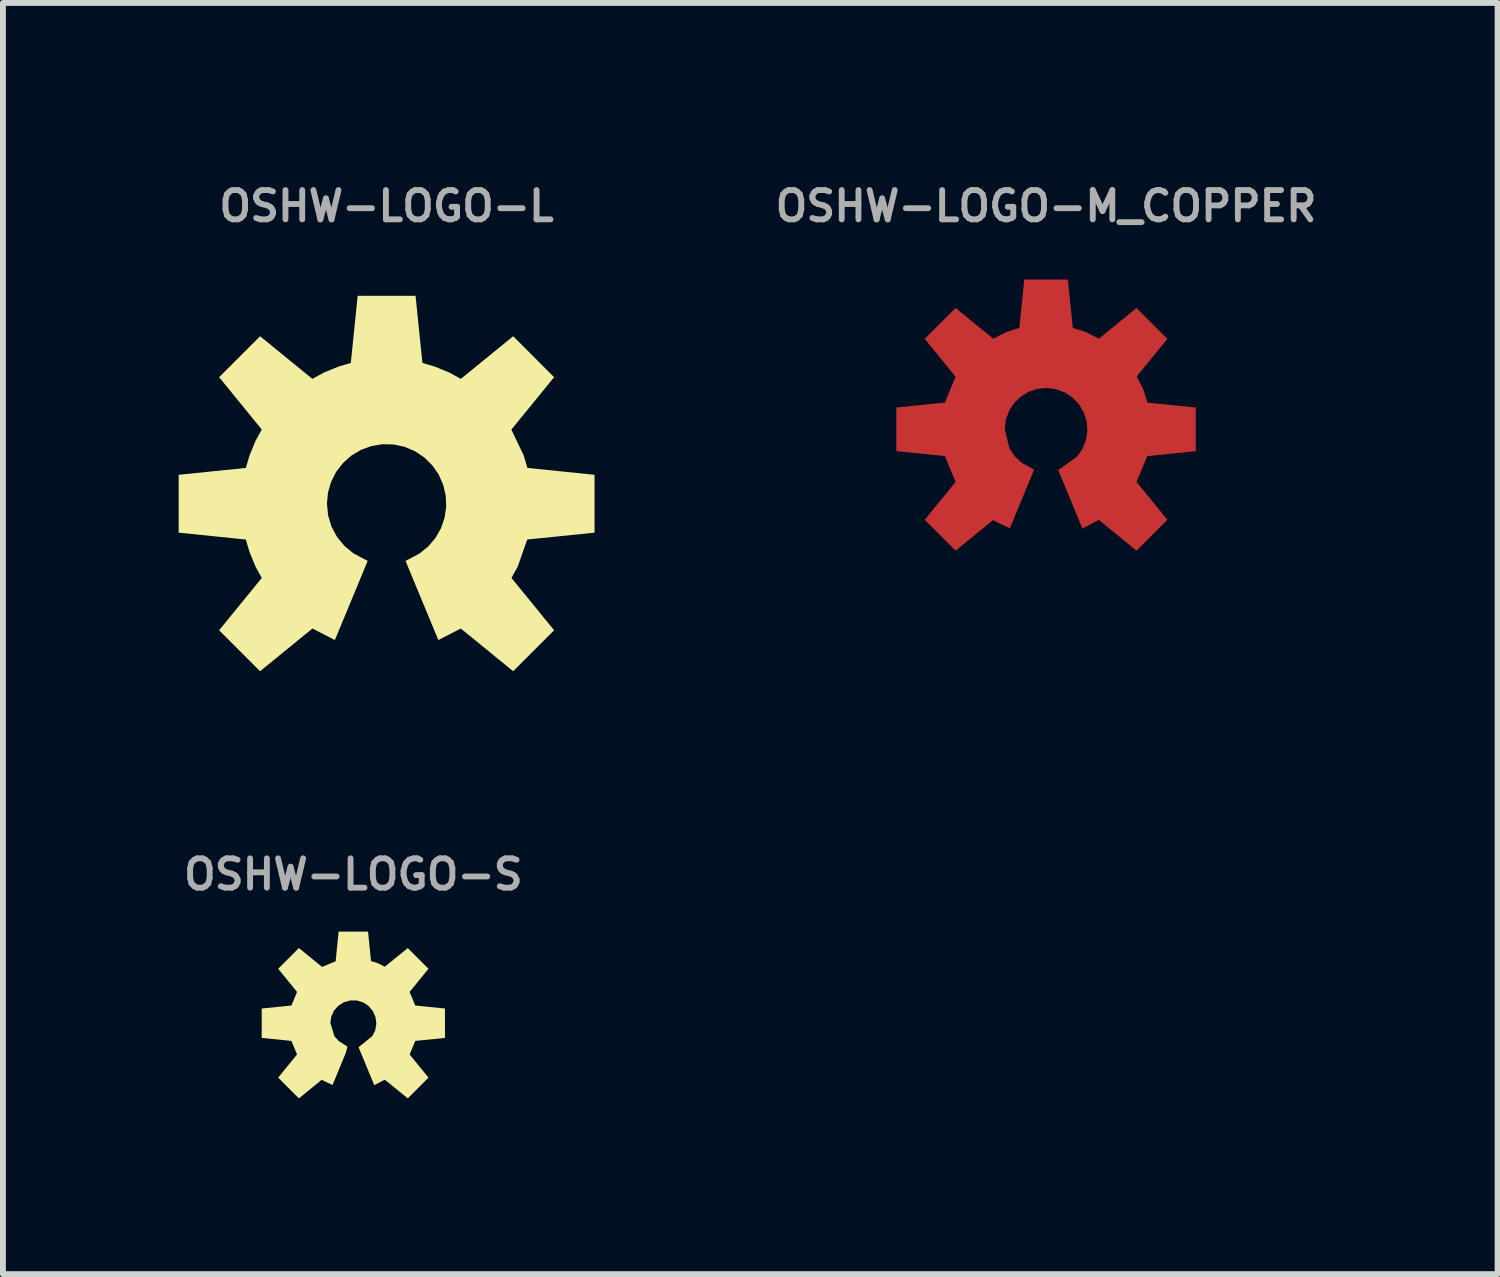
<source format=kicad_pcb>
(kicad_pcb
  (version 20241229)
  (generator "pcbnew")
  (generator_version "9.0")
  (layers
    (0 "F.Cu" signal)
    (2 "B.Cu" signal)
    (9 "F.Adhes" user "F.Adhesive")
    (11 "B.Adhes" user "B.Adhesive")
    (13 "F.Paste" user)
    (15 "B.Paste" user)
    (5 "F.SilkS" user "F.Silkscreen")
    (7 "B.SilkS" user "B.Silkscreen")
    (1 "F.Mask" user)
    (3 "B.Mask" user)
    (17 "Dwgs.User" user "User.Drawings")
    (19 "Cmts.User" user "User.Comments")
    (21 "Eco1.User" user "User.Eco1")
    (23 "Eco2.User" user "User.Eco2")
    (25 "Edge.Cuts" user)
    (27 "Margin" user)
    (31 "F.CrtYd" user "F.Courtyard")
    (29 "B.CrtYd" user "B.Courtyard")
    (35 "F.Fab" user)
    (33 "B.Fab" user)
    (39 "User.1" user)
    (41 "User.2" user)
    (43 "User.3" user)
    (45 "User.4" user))
  (footprint "OSHW-LOGO-M_COPPER"
    (layer "F.Cu")
    (at 14.805 4.278)
    (property "Reference" "OSHW-LOGO-M_COPPER" (at 0 -3.81 0) (layer "F.Fab") (effects (font (size 0.5 0.5) (thickness 0.1))))
    (fp_poly (pts (xy 0.456 -1.731) (xy 0.687 -1.657) (xy 0.901 -1.547) (xy 1.544 -2.071) (xy 2.071 -1.544) (xy 1.547 -0.901) (xy 1.657 -0.687) (xy 1.731 -0.456) (xy 2.556 -0.372) (xy 2.556 0.372) (xy 1.727 0.457) (xy 1.544 0.898) (xy 2.071 1.544) (xy 1.544 2.071) (xy 0.901 1.547) (xy 0.62 1.692) (xy 0.207 0.695) (xy 0.532 0.464) (xy 0.621 0.336) (xy 0.68 0.187) (xy 0.705 0.029) (xy 0.694 -0.131) (xy 0.646 -0.284) (xy 0.566 -0.422) (xy 0.456 -0.539) (xy 0.323 -0.628) (xy 0.173 -0.684) (xy 0.015 -0.706) (xy -0.145 -0.691) (xy -0.297 -0.64) (xy -0.434 -0.557) (xy -0.548 -0.445) (xy -0.634 -0.31) (xy -0.688 -0.159) (xy -0.705 -0.005) (xy -0.626 0.324) (xy -0.537 0.458) (xy -0.415 0.571) (xy -0.204 0.689) (xy -0.618 1.689) (xy -0.821 1.595) (xy -0.903 1.548) (xy -1.544 2.071) (xy -2.071 1.544) (xy -1.544 0.898) (xy -1.727 0.457) (xy -2.556 0.372) (xy -2.556 -0.372) (xy -1.727 -0.457) (xy -1.544 -0.898) (xy -2.071 -1.544) (xy -1.544 -2.071) (xy -0.901 -1.547) (xy -0.687 -1.657) (xy -0.456 -1.731) (xy -0.372 -2.556) (xy 0.372 -2.556)) (stroke (width 0) (type default)) (fill yes) (layer "F.Cu")))
  (footprint "OSHW-LOGO-S"
    (layer "F.Cu")
    (at 2.981 14.415)
    (property "Reference" "OSHW-LOGO-S" (at 0 -2.54 0) (layer "F.Fab") (effects (font (size 0.5 0.5) (thickness 0.1))))
    (fp_poly (pts (xy 0.302 -1.061) (xy 0.423 -1.022) (xy 0.537 -0.964) (xy 0.929 -1.283) (xy 1.283 -0.929) (xy 0.961 -0.534) (xy 1.057 -0.302) (xy 1.564 -0.251) (xy 1.564 0.251) (xy 1.057 0.302) (xy 0.961 0.534) (xy 1.283 0.929) (xy 0.929 1.283) (xy 0.537 0.964) (xy 0.357 1.057) (xy 0.089 0.41) (xy 0.326 0.218) (xy 0.374 0.121) (xy 0.393 0.01) (xy 0.379 -0.102) (xy 0.335 -0.205) (xy 0.263 -0.292) (xy 0.169 -0.355) (xy 0.061 -0.388) (xy -0.051 -0.389) (xy -0.16 -0.359) (xy -0.255 -0.299) (xy -0.33 -0.214) (xy -0.377 -0.112) (xy -0.392 -0.006) (xy -0.323 0.223) (xy -0.249 0.304) (xy -0.1 0.4) (xy -0.129 0.508) (xy -0.355 1.054) (xy -0.507 0.984) (xy -0.539 0.965) (xy -0.929 1.283) (xy -1.283 0.929) (xy -0.961 0.534) (xy -1.057 0.302) (xy -1.564 0.251) (xy -1.564 -0.251) (xy -1.057 -0.302) (xy -0.961 -0.534) (xy -1.283 -0.929) (xy -0.929 -1.283) (xy -0.534 -0.961) (xy -0.302 -1.057) (xy -0.251 -1.564) (xy 0.251 -1.564)) (stroke (width 0) (type default)) (fill yes) (layer "F.SilkS")))
  (footprint "OSHW-LOGO-L"
    (layer "F.Cu")
    (at 3.549 5.548)
    (property "Reference" "OSHW-LOGO-L" (at 0 -5.08 0) (layer "F.Fab") (effects (font (size 0.5 0.5) (thickness 0.1))))
    (fp_poly (pts (xy 0.611 -2.403) (xy 0.821 -2.341) (xy 1.075 -2.237) (xy 1.267 -2.131) (xy 2.16 -2.859) (xy 2.859 -2.16) (xy 2.129 -1.265) (xy 2.341 -0.823) (xy 2.403 -0.611) (xy 3.549 -0.494) (xy 3.549 0.494) (xy 2.4 0.611) (xy 2.238 1.073) (xy 2.131 1.267) (xy 2.859 2.16) (xy 2.16 2.859) (xy 1.266 2.13) (xy 0.883 2.327) (xy 0.323 0.976) (xy 0.559 0.852) (xy 0.708 0.732) (xy 0.832 0.587) (xy 0.927 0.422) (xy 0.989 0.241) (xy 1.017 0.052) (xy 1.009 -0.139) (xy 0.965 -0.325) (xy 0.888 -0.499) (xy 0.779 -0.656) (xy 0.643 -0.79) (xy 0.484 -0.896) (xy 0.308 -0.971) (xy 0.121 -1.011) (xy -0.07 -1.016) (xy -0.258 -0.985) (xy -0.437 -0.92) (xy -0.601 -0.822) (xy -0.744 -0.695) (xy -0.861 -0.544) (xy -0.947 -0.374) (xy -1.001 -0.19) (xy -1.018 -0.000157) (xy -0.999 0.199) (xy -0.941 0.39) (xy -0.847 0.566) (xy -0.72 0.72) (xy -0.566 0.847) (xy -0.323 0.976) (xy -0.883 2.327) (xy -1.266 2.13) (xy -2.16 2.859) (xy -2.859 2.16) (xy -2.131 1.267) (xy -2.237 1.075) (xy -2.341 0.821) (xy -2.403 0.611) (xy -3.549 0.494) (xy -3.549 -0.494) (xy -2.403 -0.611) (xy -2.341 -0.821) (xy -2.237 -1.075) (xy -2.131 -1.267) (xy -2.859 -2.16) (xy -2.16 -2.859) (xy -1.267 -2.131) (xy -1.075 -2.237) (xy -0.821 -2.341) (xy -0.611 -2.403) (xy -0.494 -3.549) (xy 0.494 -3.549)) (stroke (width 0) (type default)) (fill yes) (layer "F.SilkS")))
  (gr_rect
    (start -3 -3)
    (end 22.512 18.698)
    (stroke (width 0.1) (type default))
    (fill no)
    (layer "Edge.Cuts")))
</source>
